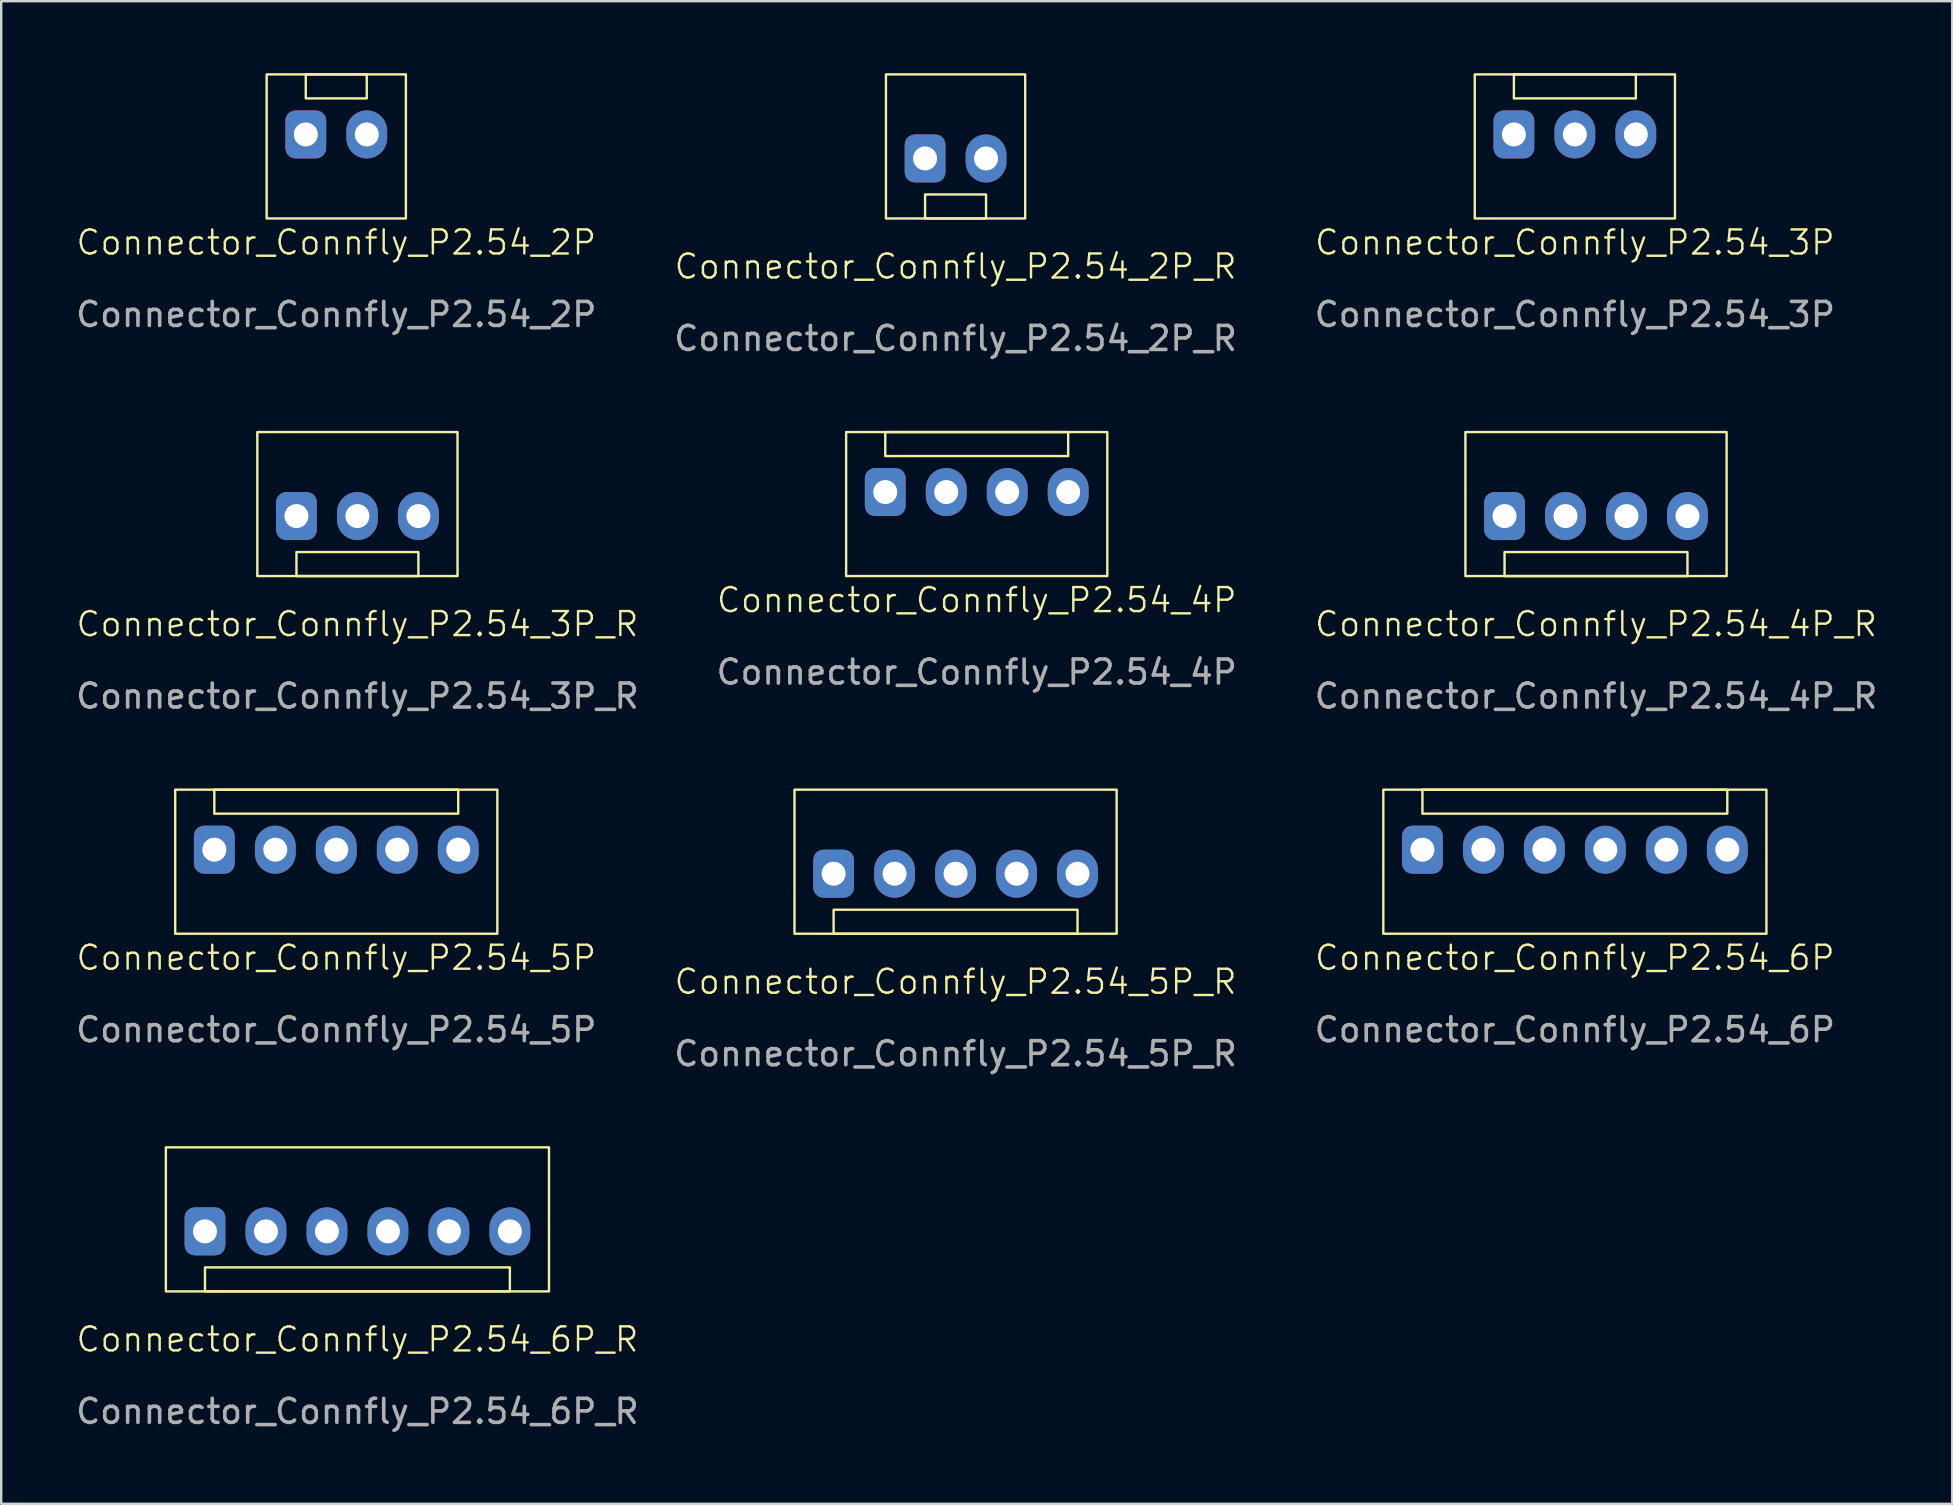
<source format=kicad_pcb>
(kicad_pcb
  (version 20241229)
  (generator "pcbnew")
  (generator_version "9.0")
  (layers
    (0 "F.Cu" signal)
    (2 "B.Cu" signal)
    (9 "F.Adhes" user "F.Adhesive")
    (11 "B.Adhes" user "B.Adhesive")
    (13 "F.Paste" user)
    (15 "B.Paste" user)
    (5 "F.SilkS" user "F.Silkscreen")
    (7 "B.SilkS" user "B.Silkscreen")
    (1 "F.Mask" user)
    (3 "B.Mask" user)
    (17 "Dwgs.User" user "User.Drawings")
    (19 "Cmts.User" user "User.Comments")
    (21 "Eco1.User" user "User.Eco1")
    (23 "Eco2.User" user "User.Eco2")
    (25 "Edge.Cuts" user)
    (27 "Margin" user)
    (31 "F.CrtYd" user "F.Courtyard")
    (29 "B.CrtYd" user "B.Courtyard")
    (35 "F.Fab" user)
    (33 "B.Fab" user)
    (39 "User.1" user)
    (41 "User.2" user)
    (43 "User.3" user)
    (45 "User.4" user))
  (footprint "Connector_Connfly_P2.54_5P"
    (layer "F.Cu")
    (at 10.958 37.346)
    (property "Reference" "Connector_Connfly_P2.54_5P" (at 0 -0.5 0) (unlocked yes) (layer "F.SilkS") (effects (font (size 1 1) (thickness 0.1))))
    (attr through_hole)
    (fp_rect (start -6.71 -7.5) (end 6.71 -1.5) (stroke (width 0.1) (type default)) (fill no) (layer "F.SilkS"))
    (fp_rect (start -5.08 -7.5) (end 5.08 -6.5) (stroke (width 0.1) (type default)) (fill no) (layer "F.SilkS"))
    (fp_text user "${REFERENCE}" (at 0 2.5 0) (unlocked yes) (layer "F.Fab") (effects (font (size 1 1) (thickness 0.15))))
    (pad "1" thru_hole roundrect (at -5.08 -5) (size 1.7 2) (drill 1) (layers "*.Cu" "*.Mask") (roundrect_rratio 0.25))
    (pad "2" thru_hole oval (at -2.54 -5) (size 1.7 2) (drill 1) (layers "*.Cu" "*.Mask"))
    (pad "3" thru_hole oval (at 0 -5) (size 1.7 2) (drill 1) (layers "*.Cu" "*.Mask"))
    (pad "4" thru_hole oval (at 2.54 -5) (size 1.7 2) (drill 1) (layers "*.Cu" "*.Mask"))
    (pad "5" thru_hole oval (at 5.08 -5) (size 1.7 2) (drill 1) (layers "*.Cu" "*.Mask")))
  (footprint "Connector_Connfly_P2.54_4P_R"
    (layer "F.Cu")
    (at 63.435 23.448)
    (property "Reference" "Connector_Connfly_P2.54_4P_R" (at 0 -0.5 0) (unlocked yes) (layer "F.SilkS") (effects (font (size 1 1) (thickness 0.1))))
    (attr through_hole)
    (fp_rect (start -5.44 -8.5) (end 5.44 -2.5) (stroke (width 0.1) (type default)) (fill no) (layer "F.SilkS"))
    (fp_rect (start -3.81 -3.5) (end 3.81 -2.5) (stroke (width 0.1) (type default)) (fill no) (layer "F.SilkS"))
    (fp_text user "${REFERENCE}" (at 0 2.5 0) (unlocked yes) (layer "F.Fab") (effects (font (size 1 1) (thickness 0.15))))
    (pad "1" thru_hole roundrect (at -3.81 -5) (size 1.7 2) (drill 1) (layers "*.Cu" "*.Mask") (roundrect_rratio 0.25))
    (pad "2" thru_hole oval (at -1.27 -5) (size 1.7 2) (drill 1) (layers "*.Cu" "*.Mask"))
    (pad "3" thru_hole oval (at 1.27 -5) (size 1.7 2) (drill 1) (layers "*.Cu" "*.Mask"))
    (pad "4" thru_hole oval (at 3.81 -5) (size 1.7 2) (drill 1) (layers "*.Cu" "*.Mask")))
  (footprint "Connector_Connfly_P2.54_2P_R"
    (layer "F.Cu")
    (at 36.756 8.55)
    (property "Reference" "Connector_Connfly_P2.54_2P_R" (at 0 -0.5 0) (unlocked yes) (layer "F.SilkS") (effects (font (size 1 1) (thickness 0.1))))
    (attr through_hole)
    (fp_rect (start -2.9 -8.5) (end 2.9 -2.5) (stroke (width 0.1) (type default)) (fill no) (layer "F.SilkS"))
    (fp_rect (start -1.27 -3.5) (end 1.27 -2.5) (stroke (width 0.1) (type default)) (fill no) (layer "F.SilkS"))
    (fp_text user "${REFERENCE}" (at 0 2.5 0) (unlocked yes) (layer "F.Fab") (effects (font (size 1 1) (thickness 0.15))))
    (pad "1" thru_hole roundrect (at -1.27 -5) (size 1.7 2) (drill 1) (layers "*.Cu" "*.Mask") (roundrect_rratio 0.25))
    (pad "2" thru_hole oval (at 1.27 -5) (size 1.7 2) (drill 1) (layers "*.Cu" "*.Mask")))
  (footprint "Connector_Connfly_P2.54_4P"
    (layer "F.Cu")
    (at 37.637 22.448)
    (property "Reference" "Connector_Connfly_P2.54_4P" (at 0 -0.5 0) (unlocked yes) (layer "F.SilkS") (effects (font (size 1 1) (thickness 0.1))))
    (attr through_hole)
    (fp_rect (start -5.44 -7.5) (end 5.44 -1.5) (stroke (width 0.1) (type default)) (fill no) (layer "F.SilkS"))
    (fp_rect (start -3.81 -7.5) (end 3.81 -6.5) (stroke (width 0.1) (type default)) (fill no) (layer "F.SilkS"))
    (fp_text user "${REFERENCE}" (at 0 2.5 0) (unlocked yes) (layer "F.Fab") (effects (font (size 1 1) (thickness 0.15))))
    (pad "1" thru_hole roundrect (at -3.81 -5) (size 1.7 2) (drill 1) (layers "*.Cu" "*.Mask") (roundrect_rratio 0.25))
    (pad "2" thru_hole oval (at -1.27 -5) (size 1.7 2) (drill 1) (layers "*.Cu" "*.Mask"))
    (pad "3" thru_hole oval (at 1.27 -5) (size 1.7 2) (drill 1) (layers "*.Cu" "*.Mask"))
    (pad "4" thru_hole oval (at 3.81 -5) (size 1.7 2) (drill 1) (layers "*.Cu" "*.Mask")))
  (footprint "Connector_Connfly_P2.54_3P"
    (layer "F.Cu")
    (at 62.554 7.55)
    (property "Reference" "Connector_Connfly_P2.54_3P" (at 0 -0.5 0) (unlocked yes) (layer "F.SilkS") (effects (font (size 1 1) (thickness 0.1))))
    (attr through_hole)
    (fp_rect (start -4.17 -7.5) (end 4.17 -1.5) (stroke (width 0.1) (type default)) (fill no) (layer "F.SilkS"))
    (fp_rect (start -2.54 -7.5) (end 2.54 -6.5) (stroke (width 0.1) (type default)) (fill no) (layer "F.SilkS"))
    (fp_text user "${REFERENCE}" (at 0 2.5 0) (unlocked yes) (layer "F.Fab") (effects (font (size 1 1) (thickness 0.15))))
    (pad "1" thru_hole roundrect (at -2.54 -5) (size 1.7 2) (drill 1) (layers "*.Cu" "*.Mask") (roundrect_rratio 0.25))
    (pad "2" thru_hole oval (at 0 -5) (size 1.7 2) (drill 1) (layers "*.Cu" "*.Mask"))
    (pad "3" thru_hole oval (at 2.54 -5) (size 1.7 2) (drill 1) (layers "*.Cu" "*.Mask")))
  (footprint "Connector_Connfly_P2.54_3P_R"
    (layer "F.Cu")
    (at 11.839 23.448)
    (property "Reference" "Connector_Connfly_P2.54_3P_R" (at 0 -0.5 0) (unlocked yes) (layer "F.SilkS") (effects (font (size 1 1) (thickness 0.1))))
    (attr through_hole)
    (fp_rect (start -4.17 -8.5) (end 4.17 -2.5) (stroke (width 0.1) (type default)) (fill no) (layer "F.SilkS"))
    (fp_rect (start -2.54 -3.5) (end 2.54 -2.5) (stroke (width 0.1) (type default)) (fill no) (layer "F.SilkS"))
    (fp_text user "${REFERENCE}" (at 0 2.5 0) (unlocked yes) (layer "F.Fab") (effects (font (size 1 1) (thickness 0.15))))
    (pad "1" thru_hole roundrect (at -2.54 -5) (size 1.7 2) (drill 1) (layers "*.Cu" "*.Mask") (roundrect_rratio 0.25))
    (pad "2" thru_hole oval (at 0 -5) (size 1.7 2) (drill 1) (layers "*.Cu" "*.Mask"))
    (pad "3" thru_hole oval (at 2.54 -5) (size 1.7 2) (drill 1) (layers "*.Cu" "*.Mask")))
  (footprint "Connector_Connfly_P2.54_6P"
    (layer "F.Cu")
    (at 62.554 37.346)
    (property "Reference" "Connector_Connfly_P2.54_6P" (at 0 -0.5 0) (unlocked yes) (layer "F.SilkS") (effects (font (size 1 1) (thickness 0.1))))
    (attr through_hole)
    (fp_rect (start -7.98 -7.5) (end 7.98 -1.5) (stroke (width 0.1) (type default)) (fill no) (layer "F.SilkS"))
    (fp_rect (start -6.35 -7.5) (end 6.35 -6.5) (stroke (width 0.1) (type default)) (fill no) (layer "F.SilkS"))
    (fp_text user "${REFERENCE}" (at 0 2.5 0) (unlocked yes) (layer "F.Fab") (effects (font (size 1 1) (thickness 0.15))))
    (pad "1" thru_hole roundrect (at -6.35 -5) (size 1.7 2) (drill 1) (layers "*.Cu" "*.Mask") (roundrect_rratio 0.25))
    (pad "2" thru_hole oval (at -3.81 -5) (size 1.7 2) (drill 1) (layers "*.Cu" "*.Mask"))
    (pad "3" thru_hole oval (at -1.27 -5) (size 1.7 2) (drill 1) (layers "*.Cu" "*.Mask"))
    (pad "4" thru_hole oval (at 1.27 -5) (size 1.7 2) (drill 1) (layers "*.Cu" "*.Mask"))
    (pad "5" thru_hole oval (at 3.81 -5) (size 1.7 2) (drill 1) (layers "*.Cu" "*.Mask"))
    (pad "6" thru_hole oval (at 6.35 -5) (size 1.7 2) (drill 1) (layers "*.Cu" "*.Mask")))
  (footprint "Connector_Connfly_P2.54_5P_R"
    (layer "F.Cu")
    (at 36.756 38.346)
    (property "Reference" "Connector_Connfly_P2.54_5P_R" (at 0 -0.5 0) (unlocked yes) (layer "F.SilkS") (effects (font (size 1 1) (thickness 0.1))))
    (attr through_hole)
    (fp_rect (start -6.71 -8.5) (end 6.71 -2.5) (stroke (width 0.1) (type default)) (fill no) (layer "F.SilkS"))
    (fp_rect (start -5.08 -3.5) (end 5.08 -2.5) (stroke (width 0.1) (type default)) (fill no) (layer "F.SilkS"))
    (fp_text user "${REFERENCE}" (at 0 2.5 0) (unlocked yes) (layer "F.Fab") (effects (font (size 1 1) (thickness 0.15))))
    (pad "1" thru_hole roundrect (at -5.08 -5) (size 1.7 2) (drill 1) (layers "*.Cu" "*.Mask") (roundrect_rratio 0.25))
    (pad "2" thru_hole oval (at -2.54 -5) (size 1.7 2) (drill 1) (layers "*.Cu" "*.Mask"))
    (pad "3" thru_hole oval (at 0 -5) (size 1.7 2) (drill 1) (layers "*.Cu" "*.Mask"))
    (pad "4" thru_hole oval (at 2.54 -5) (size 1.7 2) (drill 1) (layers "*.Cu" "*.Mask"))
    (pad "5" thru_hole oval (at 5.08 -5) (size 1.7 2) (drill 1) (layers "*.Cu" "*.Mask")))
  (footprint "Connector_Connfly_P2.54_6P_R"
    (layer "F.Cu")
    (at 11.839 53.245)
    (property "Reference" "Connector_Connfly_P2.54_6P_R" (at 0 -0.5 0) (unlocked yes) (layer "F.SilkS") (effects (font (size 1 1) (thickness 0.1))))
    (attr through_hole)
    (fp_rect (start -7.98 -8.5) (end 7.98 -2.5) (stroke (width 0.1) (type default)) (fill no) (layer "F.SilkS"))
    (fp_rect (start -6.35 -3.5) (end 6.35 -2.5) (stroke (width 0.1) (type default)) (fill no) (layer "F.SilkS"))
    (fp_text user "${REFERENCE}" (at 0 2.5 0) (unlocked yes) (layer "F.Fab") (effects (font (size 1 1) (thickness 0.15))))
    (pad "1" thru_hole roundrect (at -6.35 -5) (size 1.7 2) (drill 1) (layers "*.Cu" "*.Mask") (roundrect_rratio 0.25))
    (pad "2" thru_hole oval (at -3.81 -5) (size 1.7 2) (drill 1) (layers "*.Cu" "*.Mask"))
    (pad "3" thru_hole oval (at -1.27 -5) (size 1.7 2) (drill 1) (layers "*.Cu" "*.Mask"))
    (pad "4" thru_hole oval (at 1.27 -5) (size 1.7 2) (drill 1) (layers "*.Cu" "*.Mask"))
    (pad "5" thru_hole oval (at 3.81 -5) (size 1.7 2) (drill 1) (layers "*.Cu" "*.Mask"))
    (pad "6" thru_hole oval (at 6.35 -5) (size 1.7 2) (drill 1) (layers "*.Cu" "*.Mask")))
  (footprint "Connector_Connfly_P2.54_2P"
    (layer "F.Cu")
    (at 10.958 7.55)
    (property "Reference" "Connector_Connfly_P2.54_2P" (at 0 -0.5 0) (unlocked yes) (layer "F.SilkS") (effects (font (size 1 1) (thickness 0.1))))
    (attr through_hole)
    (fp_rect (start -2.9 -7.5) (end 2.9 -1.5) (stroke (width 0.1) (type default)) (fill no) (layer "F.SilkS"))
    (fp_rect (start -1.27 -7.5) (end 1.27 -6.5) (stroke (width 0.1) (type default)) (fill no) (layer "F.SilkS"))
    (fp_text user "${REFERENCE}" (at 0 2.5 0) (unlocked yes) (layer "F.Fab") (effects (font (size 1 1) (thickness 0.15))))
    (pad "1" thru_hole roundrect (at -1.27 -5) (size 1.7 2) (drill 1) (layers "*.Cu" "*.Mask") (roundrect_rratio 0.25))
    (pad "2" thru_hole oval (at 1.27 -5) (size 1.7 2) (drill 1) (layers "*.Cu" "*.Mask")))
  (gr_rect
    (start -3 -3)
    (end 78.274 59.593)
    (stroke (width 0.1) (type default))
    (fill no)
    (layer "Edge.Cuts")))
</source>
